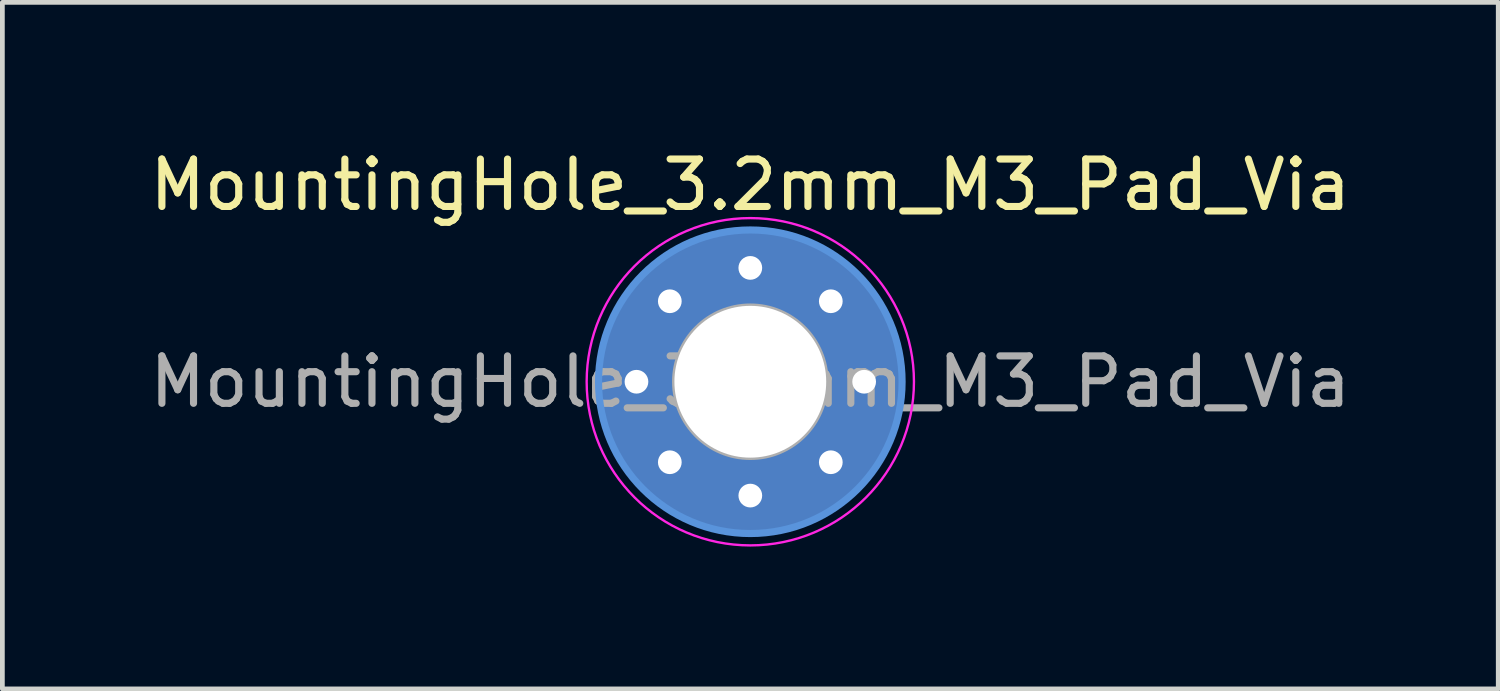
<source format=kicad_pcb>
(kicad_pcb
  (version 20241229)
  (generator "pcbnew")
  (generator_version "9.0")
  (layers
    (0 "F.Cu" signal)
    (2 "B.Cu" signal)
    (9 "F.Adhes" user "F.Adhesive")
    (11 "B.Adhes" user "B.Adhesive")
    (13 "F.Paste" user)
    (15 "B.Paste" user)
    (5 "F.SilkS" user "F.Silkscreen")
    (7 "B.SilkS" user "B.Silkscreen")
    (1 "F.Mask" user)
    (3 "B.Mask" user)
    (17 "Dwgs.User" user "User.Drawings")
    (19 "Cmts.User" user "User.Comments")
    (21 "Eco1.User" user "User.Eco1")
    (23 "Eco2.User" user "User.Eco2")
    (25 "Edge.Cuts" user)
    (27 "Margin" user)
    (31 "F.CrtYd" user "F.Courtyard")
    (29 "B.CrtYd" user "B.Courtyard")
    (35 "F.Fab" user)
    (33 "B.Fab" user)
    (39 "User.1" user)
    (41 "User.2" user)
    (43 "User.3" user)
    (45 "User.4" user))
  (footprint "MountingHole_3.2mm_M3_Pad_Via"
    (layer "F.Cu")
    (at 12.768 4.998)
    (property "Reference" "MountingHole_3.2mm_M3_Pad_Via" (at 0 -4.15 0) (layer "F.SilkS") (effects (font (size 1 1) (thickness 0.15))))
    (attr exclude_from_pos_files exclude_from_bom)
    (fp_circle (center 0 0) (end 3.2 0) (stroke (width 0.15) (type solid)) (fill no) (layer "Cmts.User"))
    (fp_circle (center 0 0) (end 3.45 0) (stroke (width 0.05) (type solid)) (fill no) (layer "F.CrtYd"))
    (fp_circle (center 0 0) (end 0 -3.2) (stroke (width 0.1) (type default)) (fill no) (layer "F.Fab"))
    (fp_circle (center 0 0) (end 0 -1.6) (stroke (width 0.1) (type default)) (fill no) (layer "F.Fab"))
    (fp_text user "${REFERENCE}" (at 0 0 0) (layer "F.Fab") (effects (font (size 1 1) (thickness 0.15))))
    (pad "1" thru_hole circle (at -2.4 0) (size 0.8 0.8) (drill 0.5) (layers "*.Cu" "*.Mask"))
    (pad "1" thru_hole circle (at -1.697 -1.697) (size 0.8 0.8) (drill 0.5) (layers "*.Cu" "*.Mask"))
    (pad "1" thru_hole circle (at -1.697 1.697) (size 0.8 0.8) (drill 0.5) (layers "*.Cu" "*.Mask"))
    (pad "1" thru_hole circle (at 0 -2.4) (size 0.8 0.8) (drill 0.5) (layers "*.Cu" "*.Mask"))
    (pad "1" thru_hole circle (at 0 0) (size 6.4 6.4) (drill 3.2) (layers "*.Cu" "*.Mask"))
    (pad "1" thru_hole circle (at 0 2.4) (size 0.8 0.8) (drill 0.5) (layers "*.Cu" "*.Mask"))
    (pad "1" thru_hole circle (at 1.697 -1.697) (size 0.8 0.8) (drill 0.5) (layers "*.Cu" "*.Mask"))
    (pad "1" thru_hole circle (at 1.697 1.697) (size 0.8 0.8) (drill 0.5) (layers "*.Cu" "*.Mask"))
    (pad "1" thru_hole circle (at 2.4 0) (size 0.8 0.8) (drill 0.5) (layers "*.Cu" "*.Mask")))
  (gr_rect
    (start -3 -3)
    (end 28.536 11.473)
    (stroke (width 0.1) (type default))
    (fill no)
    (layer "Edge.Cuts")))
</source>
